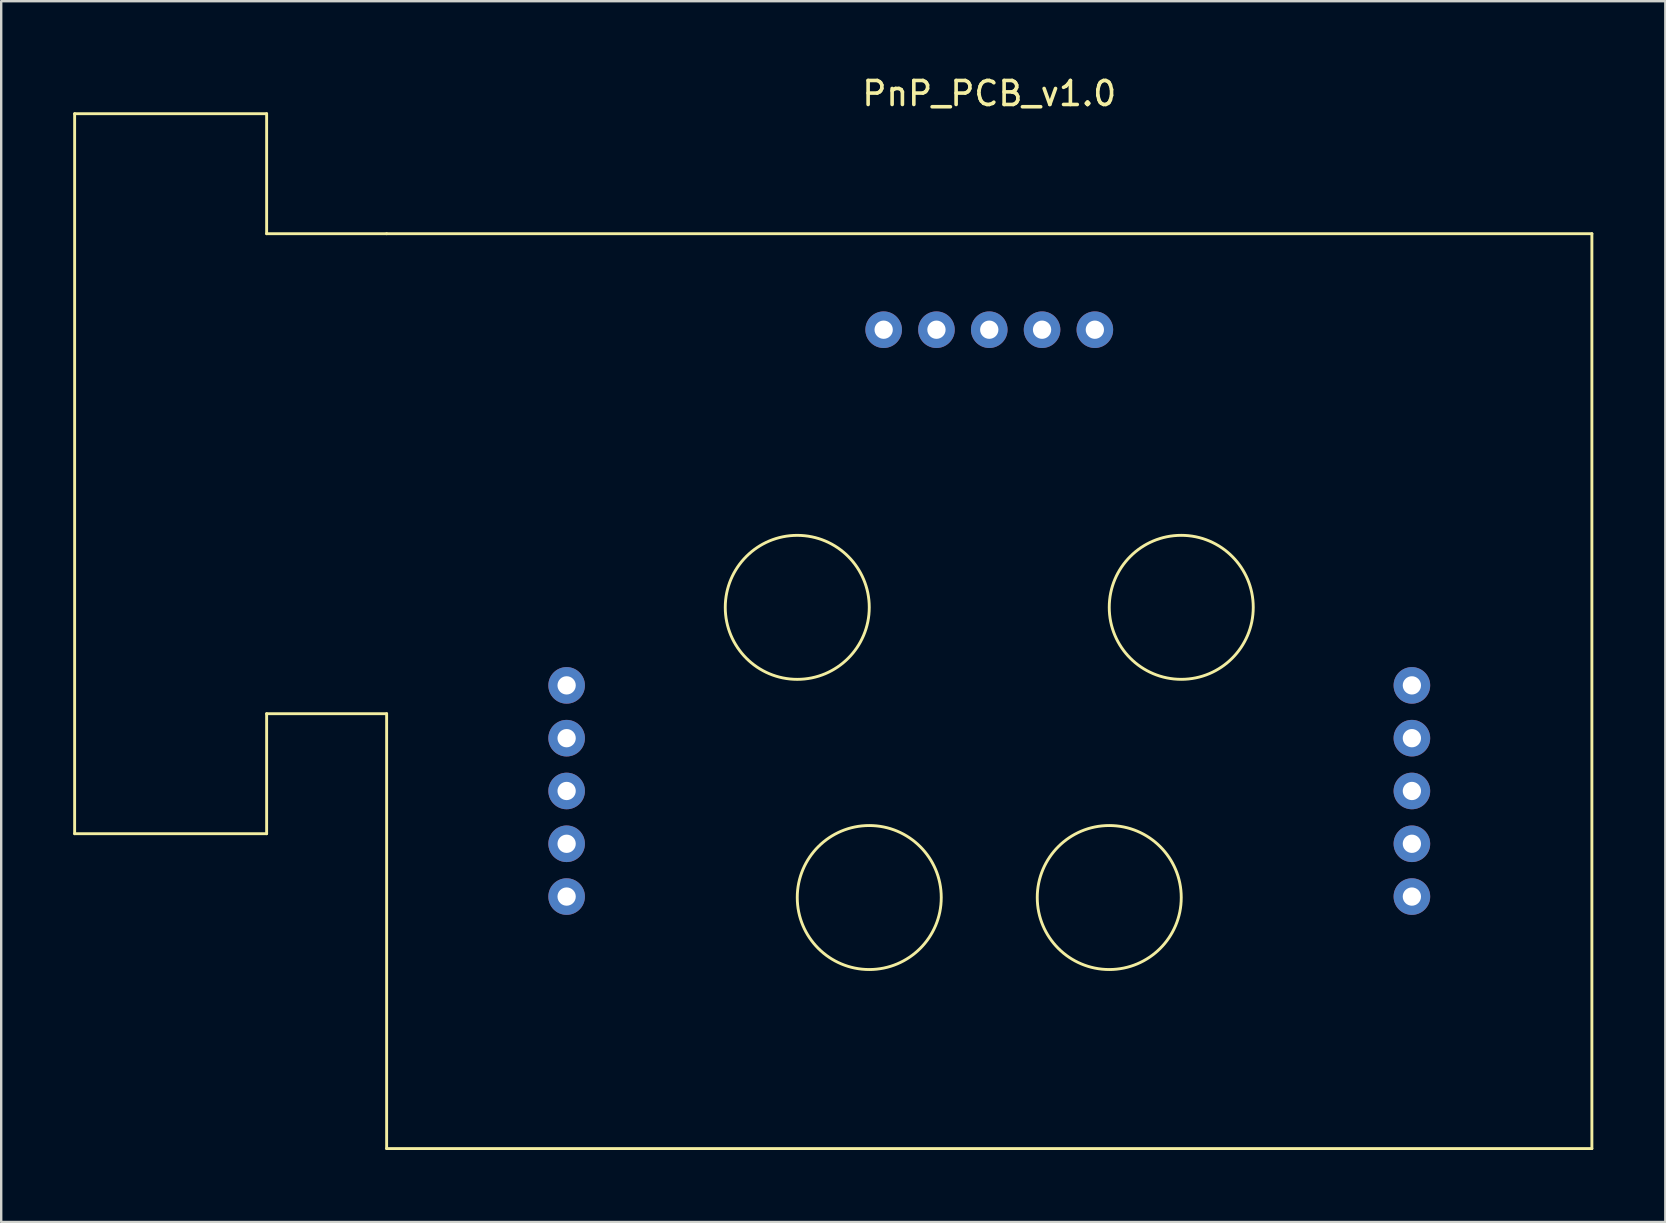
<source format=kicad_pcb>
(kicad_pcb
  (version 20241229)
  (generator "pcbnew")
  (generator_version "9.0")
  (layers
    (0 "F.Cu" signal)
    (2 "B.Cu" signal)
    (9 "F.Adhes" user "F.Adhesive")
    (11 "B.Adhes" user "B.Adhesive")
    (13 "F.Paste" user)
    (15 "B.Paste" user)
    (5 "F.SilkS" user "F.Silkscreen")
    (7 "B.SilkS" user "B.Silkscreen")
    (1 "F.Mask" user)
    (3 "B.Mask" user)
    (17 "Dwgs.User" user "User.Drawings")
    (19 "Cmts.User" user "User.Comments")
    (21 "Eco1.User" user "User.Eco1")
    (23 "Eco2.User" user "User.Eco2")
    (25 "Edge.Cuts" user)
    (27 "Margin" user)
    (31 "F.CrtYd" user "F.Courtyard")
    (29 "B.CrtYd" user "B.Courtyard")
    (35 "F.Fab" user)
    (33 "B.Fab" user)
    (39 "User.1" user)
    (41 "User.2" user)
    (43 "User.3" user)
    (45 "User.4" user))
  (footprint "PnP_PCB_v1.0"
    (layer "F.Cu")
    (at 38.17 25.748)
    (property "Reference" "PnP_PCB_v1.0" (at 0 -24.9 0) (layer "F.SilkS") (effects (font (size 1 1) (thickness 0.15))))
    (attr through_hole)
    (fp_line (start -38.11 -24.06) (end -38.11 5.94) (stroke (width 0.12) (type solid)) (layer "F.SilkS"))
    (fp_line (start -38.11 5.94) (end -30.11 5.94) (stroke (width 0.12) (type solid)) (layer "F.SilkS"))
    (fp_line (start -30.11 -24.06) (end -38.11 -24.06) (stroke (width 0.12) (type solid)) (layer "F.SilkS"))
    (fp_line (start -30.11 -19.06) (end -30.11 -24.06) (stroke (width 0.12) (type solid)) (layer "F.SilkS"))
    (fp_line (start -30.11 5.94) (end -30.11 0.94) (stroke (width 0.12) (type solid)) (layer "F.SilkS"))
    (fp_line (start -25.11 -19.06) (end -30.11 -19.06) (stroke (width 0.12) (type solid)) (layer "F.SilkS"))
    (fp_line (start -25.11 -19.06) (end 25.11 -19.06) (stroke (width 0.12) (type solid)) (layer "F.SilkS"))
    (fp_line (start -25.11 0.94) (end -30.11 0.94) (stroke (width 0.12) (type solid)) (layer "F.SilkS"))
    (fp_line (start -25.11 0.94) (end -25.11 19.06) (stroke (width 0.12) (type solid)) (layer "F.SilkS"))
    (fp_line (start 25.11 -19.06) (end 25.11 19.06) (stroke (width 0.12) (type solid)) (layer "F.SilkS"))
    (fp_line (start 25.11 19.06) (end -25.11 19.06) (stroke (width 0.12) (type solid)) (layer "F.SilkS"))
    (fp_circle (center -8 -3.491) (end -5 -3.491) (stroke (width 0.12) (type solid)) (fill no) (layer "F.SilkS"))
    (fp_circle (center -5 8.6) (end -2 8.6) (stroke (width 0.12) (type solid)) (fill no) (layer "F.SilkS"))
    (fp_circle (center 5 8.6) (end 8 8.6) (stroke (width 0.12) (type solid)) (fill no) (layer "F.SilkS"))
    (fp_circle (center 8 -3.492) (end 11 -3.492) (stroke (width 0.12) (type solid)) (fill no) (layer "F.SilkS"))
    (pad "1" thru_hole circle (at -4.4 -15.06) (size 1.524 1.524) (drill 0.762) (layers "*.Cu" "*.Mask"))
    (pad "2" thru_hole circle (at -2.2 -15.06) (size 1.524 1.524) (drill 0.762) (layers "*.Cu" "*.Mask"))
    (pad "3" thru_hole circle (at 0 -15.06) (size 1.524 1.524) (drill 0.762) (layers "*.Cu" "*.Mask"))
    (pad "4" thru_hole circle (at 2.2 -15.06) (size 1.524 1.524) (drill 0.762) (layers "*.Cu" "*.Mask"))
    (pad "5" thru_hole circle (at 4.4 -15.06) (size 1.524 1.524) (drill 0.762) (layers "*.Cu" "*.Mask"))
    (pad "6" thru_hole circle (at 17.61 -0.24) (size 1.524 1.524) (drill 0.762) (layers "*.Cu" "*.Mask"))
    (pad "7" thru_hole circle (at 17.61 1.96) (size 1.524 1.524) (drill 0.762) (layers "*.Cu" "*.Mask"))
    (pad "8" thru_hole circle (at 17.61 4.16) (size 1.524 1.524) (drill 0.762) (layers "*.Cu" "*.Mask"))
    (pad "9" thru_hole circle (at 17.61 6.36) (size 1.524 1.524) (drill 0.762) (layers "*.Cu" "*.Mask"))
    (pad "10" thru_hole circle (at 17.61 8.56) (size 1.524 1.524) (drill 0.762) (layers "*.Cu" "*.Mask"))
    (pad "11" thru_hole circle (at -17.61 8.56) (size 1.524 1.524) (drill 0.762) (layers "*.Cu" "*.Mask"))
    (pad "12" thru_hole circle (at -17.61 6.36) (size 1.524 1.524) (drill 0.762) (layers "*.Cu" "*.Mask"))
    (pad "13" thru_hole circle (at -17.61 4.16) (size 1.524 1.524) (drill 0.762) (layers "*.Cu" "*.Mask"))
    (pad "14" thru_hole circle (at -17.61 1.96) (size 1.524 1.524) (drill 0.762) (layers "*.Cu" "*.Mask"))
    (pad "15" thru_hole circle (at -17.61 -0.24) (size 1.524 1.524) (drill 0.762) (layers "*.Cu" "*.Mask")))
  (gr_rect
    (start -3 -3)
    (end 66.34 47.868)
    (stroke (width 0.1) (type default))
    (fill no)
    (layer "Edge.Cuts")))
</source>
